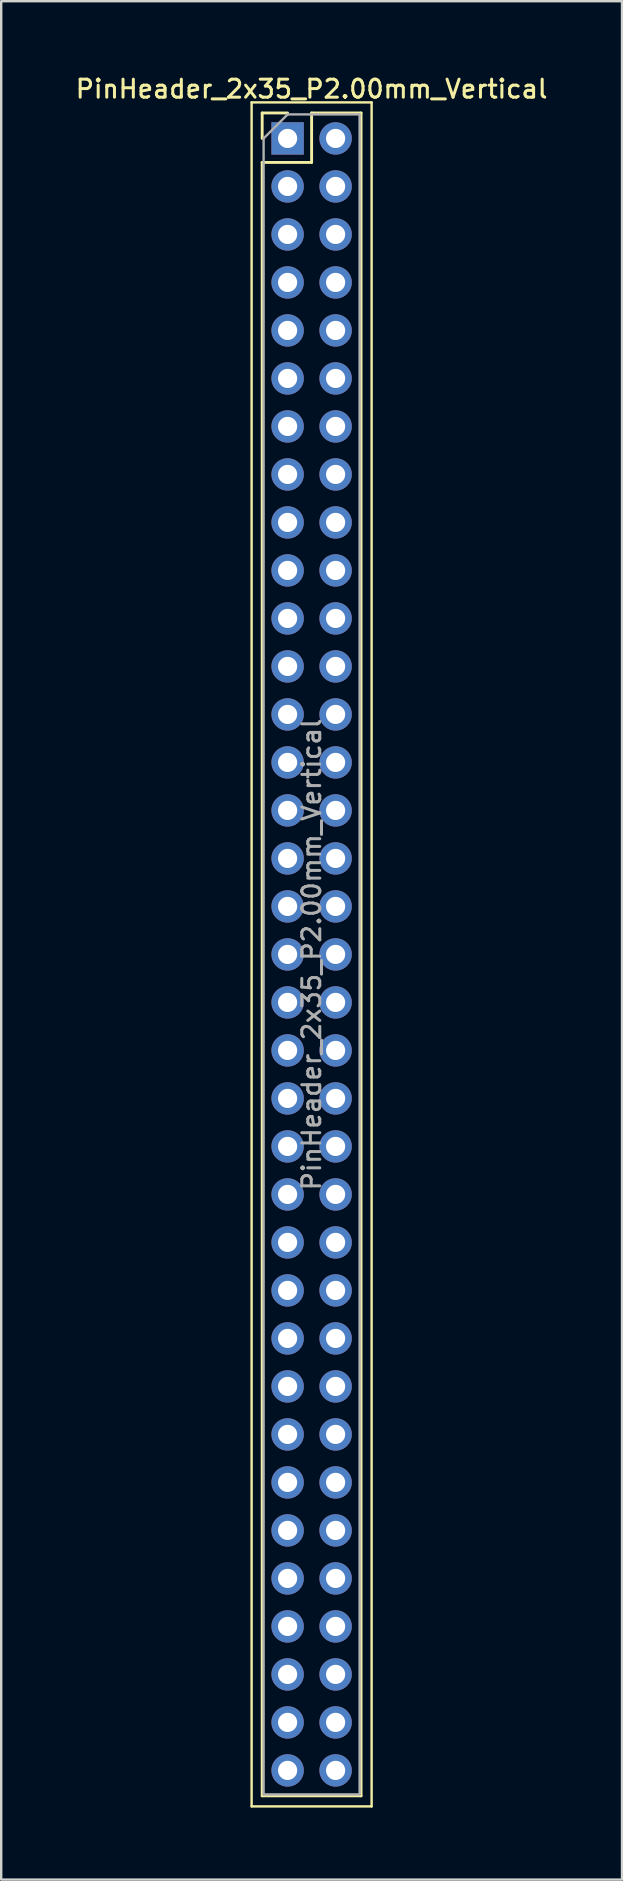
<source format=kicad_pcb>
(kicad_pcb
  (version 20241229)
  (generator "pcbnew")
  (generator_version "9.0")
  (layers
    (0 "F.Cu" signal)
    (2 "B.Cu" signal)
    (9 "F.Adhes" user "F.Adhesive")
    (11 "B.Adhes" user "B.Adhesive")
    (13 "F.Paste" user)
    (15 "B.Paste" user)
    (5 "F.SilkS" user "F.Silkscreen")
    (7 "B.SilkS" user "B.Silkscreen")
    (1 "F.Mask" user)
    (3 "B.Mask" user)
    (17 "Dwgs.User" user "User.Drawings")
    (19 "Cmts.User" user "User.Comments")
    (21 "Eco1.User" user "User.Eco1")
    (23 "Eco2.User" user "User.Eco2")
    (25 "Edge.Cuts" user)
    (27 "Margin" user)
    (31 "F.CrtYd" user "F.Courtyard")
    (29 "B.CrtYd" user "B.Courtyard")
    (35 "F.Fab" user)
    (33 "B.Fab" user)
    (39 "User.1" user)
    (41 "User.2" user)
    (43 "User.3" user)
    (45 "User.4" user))
  (footprint "PinHeader_2x35_P2.00mm_Vertical"
    (layer "F.Cu")
    (at 8.934 2.718)
    (property "Reference" "PinHeader_2x35_P2.00mm_Vertical" (at 1 -2.06 0) (layer "F.SilkS") (effects (font (size 0.75 0.75) (thickness 0.125))))
    (attr through_hole)
    (fp_line (start -1.5 -1.5) (end -1.5 69.5) (stroke (width 0.1) (type solid)) (layer "F.SilkS"))
    (fp_line (start -1.5 69.5) (end 3.5 69.5) (stroke (width 0.1) (type solid)) (layer "F.SilkS"))
    (fp_line (start -1.06 -1.06) (end 0 -1.06) (stroke (width 0.12) (type solid)) (layer "F.SilkS"))
    (fp_line (start -1.06 0) (end -1.06 -1.06) (stroke (width 0.12) (type solid)) (layer "F.SilkS"))
    (fp_line (start -1.06 1) (end -1.06 69.06) (stroke (width 0.12) (type solid)) (layer "F.SilkS"))
    (fp_line (start -1.06 1) (end 1 1) (stroke (width 0.12) (type solid)) (layer "F.SilkS"))
    (fp_line (start -1.06 69.06) (end 3.06 69.06) (stroke (width 0.12) (type solid)) (layer "F.SilkS"))
    (fp_line (start 1 -1.06) (end 3.06 -1.06) (stroke (width 0.12) (type solid)) (layer "F.SilkS"))
    (fp_line (start 1 1) (end 1 -1.06) (stroke (width 0.12) (type solid)) (layer "F.SilkS"))
    (fp_line (start 3.06 -1.06) (end 3.06 69.06) (stroke (width 0.12) (type solid)) (layer "F.SilkS"))
    (fp_line (start 3.5 -1.5) (end -1.5 -1.5) (stroke (width 0.1) (type solid)) (layer "F.SilkS"))
    (fp_line (start 3.5 69.5) (end 3.5 -1.5) (stroke (width 0.1) (type solid)) (layer "F.SilkS"))
    (fp_line (start -1 0) (end 0 -1) (stroke (width 0.1) (type solid)) (layer "F.Fab"))
    (fp_line (start -1 69) (end -1 0) (stroke (width 0.1) (type solid)) (layer "F.Fab"))
    (fp_line (start 0 -1) (end 3 -1) (stroke (width 0.1) (type solid)) (layer "F.Fab"))
    (fp_line (start 3 -1) (end 3 69) (stroke (width 0.1) (type solid)) (layer "F.Fab"))
    (fp_line (start 3 69) (end -1 69) (stroke (width 0.1) (type solid)) (layer "F.Fab"))
    (fp_text user "${REFERENCE}" (at 1 34 90) (layer "F.Fab") (effects (font (size 0.75 0.75) (thickness 0.125))))
    (pad "1" thru_hole rect (at 0 0) (size 1.35 1.35) (drill 0.8) (layers "*.Cu" "*.Mask"))
    (pad "2" thru_hole oval (at 2 0) (size 1.35 1.35) (drill 0.8) (layers "*.Cu" "*.Mask"))
    (pad "3" thru_hole oval (at 0 2) (size 1.35 1.35) (drill 0.8) (layers "*.Cu" "*.Mask"))
    (pad "4" thru_hole oval (at 2 2) (size 1.35 1.35) (drill 0.8) (layers "*.Cu" "*.Mask"))
    (pad "5" thru_hole oval (at 0 4) (size 1.35 1.35) (drill 0.8) (layers "*.Cu" "*.Mask"))
    (pad "6" thru_hole oval (at 2 4) (size 1.35 1.35) (drill 0.8) (layers "*.Cu" "*.Mask"))
    (pad "7" thru_hole oval (at 0 6) (size 1.35 1.35) (drill 0.8) (layers "*.Cu" "*.Mask"))
    (pad "8" thru_hole oval (at 2 6) (size 1.35 1.35) (drill 0.8) (layers "*.Cu" "*.Mask"))
    (pad "9" thru_hole oval (at 0 8) (size 1.35 1.35) (drill 0.8) (layers "*.Cu" "*.Mask"))
    (pad "10" thru_hole oval (at 2 8) (size 1.35 1.35) (drill 0.8) (layers "*.Cu" "*.Mask"))
    (pad "11" thru_hole oval (at 0 10) (size 1.35 1.35) (drill 0.8) (layers "*.Cu" "*.Mask"))
    (pad "12" thru_hole oval (at 2 10) (size 1.35 1.35) (drill 0.8) (layers "*.Cu" "*.Mask"))
    (pad "13" thru_hole oval (at 0 12) (size 1.35 1.35) (drill 0.8) (layers "*.Cu" "*.Mask"))
    (pad "14" thru_hole oval (at 2 12) (size 1.35 1.35) (drill 0.8) (layers "*.Cu" "*.Mask"))
    (pad "15" thru_hole oval (at 0 14) (size 1.35 1.35) (drill 0.8) (layers "*.Cu" "*.Mask"))
    (pad "16" thru_hole oval (at 2 14) (size 1.35 1.35) (drill 0.8) (layers "*.Cu" "*.Mask"))
    (pad "17" thru_hole oval (at 0 16) (size 1.35 1.35) (drill 0.8) (layers "*.Cu" "*.Mask"))
    (pad "18" thru_hole oval (at 2 16) (size 1.35 1.35) (drill 0.8) (layers "*.Cu" "*.Mask"))
    (pad "19" thru_hole oval (at 0 18) (size 1.35 1.35) (drill 0.8) (layers "*.Cu" "*.Mask"))
    (pad "20" thru_hole oval (at 2 18) (size 1.35 1.35) (drill 0.8) (layers "*.Cu" "*.Mask"))
    (pad "21" thru_hole oval (at 0 20) (size 1.35 1.35) (drill 0.8) (layers "*.Cu" "*.Mask"))
    (pad "22" thru_hole oval (at 2 20) (size 1.35 1.35) (drill 0.8) (layers "*.Cu" "*.Mask"))
    (pad "23" thru_hole oval (at 0 22) (size 1.35 1.35) (drill 0.8) (layers "*.Cu" "*.Mask"))
    (pad "24" thru_hole oval (at 2 22) (size 1.35 1.35) (drill 0.8) (layers "*.Cu" "*.Mask"))
    (pad "25" thru_hole oval (at 0 24) (size 1.35 1.35) (drill 0.8) (layers "*.Cu" "*.Mask"))
    (pad "26" thru_hole oval (at 2 24) (size 1.35 1.35) (drill 0.8) (layers "*.Cu" "*.Mask"))
    (pad "27" thru_hole oval (at 0 26) (size 1.35 1.35) (drill 0.8) (layers "*.Cu" "*.Mask"))
    (pad "28" thru_hole oval (at 2 26) (size 1.35 1.35) (drill 0.8) (layers "*.Cu" "*.Mask"))
    (pad "29" thru_hole oval (at 0 28) (size 1.35 1.35) (drill 0.8) (layers "*.Cu" "*.Mask"))
    (pad "30" thru_hole oval (at 2 28) (size 1.35 1.35) (drill 0.8) (layers "*.Cu" "*.Mask"))
    (pad "31" thru_hole oval (at 0 30) (size 1.35 1.35) (drill 0.8) (layers "*.Cu" "*.Mask"))
    (pad "32" thru_hole oval (at 2 30) (size 1.35 1.35) (drill 0.8) (layers "*.Cu" "*.Mask"))
    (pad "33" thru_hole oval (at 0 32) (size 1.35 1.35) (drill 0.8) (layers "*.Cu" "*.Mask"))
    (pad "34" thru_hole oval (at 2 32) (size 1.35 1.35) (drill 0.8) (layers "*.Cu" "*.Mask"))
    (pad "35" thru_hole oval (at 0 34) (size 1.35 1.35) (drill 0.8) (layers "*.Cu" "*.Mask"))
    (pad "36" thru_hole oval (at 2 34) (size 1.35 1.35) (drill 0.8) (layers "*.Cu" "*.Mask"))
    (pad "37" thru_hole oval (at 0 36) (size 1.35 1.35) (drill 0.8) (layers "*.Cu" "*.Mask"))
    (pad "38" thru_hole oval (at 2 36) (size 1.35 1.35) (drill 0.8) (layers "*.Cu" "*.Mask"))
    (pad "39" thru_hole oval (at 0 38) (size 1.35 1.35) (drill 0.8) (layers "*.Cu" "*.Mask"))
    (pad "40" thru_hole oval (at 2 38) (size 1.35 1.35) (drill 0.8) (layers "*.Cu" "*.Mask"))
    (pad "41" thru_hole oval (at 0 40) (size 1.35 1.35) (drill 0.8) (layers "*.Cu" "*.Mask"))
    (pad "42" thru_hole oval (at 2 40) (size 1.35 1.35) (drill 0.8) (layers "*.Cu" "*.Mask"))
    (pad "43" thru_hole oval (at 0 42) (size 1.35 1.35) (drill 0.8) (layers "*.Cu" "*.Mask"))
    (pad "44" thru_hole oval (at 2 42) (size 1.35 1.35) (drill 0.8) (layers "*.Cu" "*.Mask"))
    (pad "45" thru_hole oval (at 0 44) (size 1.35 1.35) (drill 0.8) (layers "*.Cu" "*.Mask"))
    (pad "46" thru_hole oval (at 2 44) (size 1.35 1.35) (drill 0.8) (layers "*.Cu" "*.Mask"))
    (pad "47" thru_hole oval (at 0 46) (size 1.35 1.35) (drill 0.8) (layers "*.Cu" "*.Mask"))
    (pad "48" thru_hole oval (at 2 46) (size 1.35 1.35) (drill 0.8) (layers "*.Cu" "*.Mask"))
    (pad "49" thru_hole oval (at 0 48) (size 1.35 1.35) (drill 0.8) (layers "*.Cu" "*.Mask"))
    (pad "50" thru_hole oval (at 2 48) (size 1.35 1.35) (drill 0.8) (layers "*.Cu" "*.Mask"))
    (pad "51" thru_hole oval (at 0 50) (size 1.35 1.35) (drill 0.8) (layers "*.Cu" "*.Mask"))
    (pad "52" thru_hole oval (at 2 50) (size 1.35 1.35) (drill 0.8) (layers "*.Cu" "*.Mask"))
    (pad "53" thru_hole oval (at 0 52) (size 1.35 1.35) (drill 0.8) (layers "*.Cu" "*.Mask"))
    (pad "54" thru_hole oval (at 2 52) (size 1.35 1.35) (drill 0.8) (layers "*.Cu" "*.Mask"))
    (pad "55" thru_hole oval (at 0 54) (size 1.35 1.35) (drill 0.8) (layers "*.Cu" "*.Mask"))
    (pad "56" thru_hole oval (at 2 54) (size 1.35 1.35) (drill 0.8) (layers "*.Cu" "*.Mask"))
    (pad "57" thru_hole oval (at 0 56) (size 1.35 1.35) (drill 0.8) (layers "*.Cu" "*.Mask"))
    (pad "58" thru_hole oval (at 2 56) (size 1.35 1.35) (drill 0.8) (layers "*.Cu" "*.Mask"))
    (pad "59" thru_hole oval (at 0 58) (size 1.35 1.35) (drill 0.8) (layers "*.Cu" "*.Mask"))
    (pad "60" thru_hole oval (at 2 58) (size 1.35 1.35) (drill 0.8) (layers "*.Cu" "*.Mask"))
    (pad "61" thru_hole oval (at 0 60) (size 1.35 1.35) (drill 0.8) (layers "*.Cu" "*.Mask"))
    (pad "62" thru_hole oval (at 2 60) (size 1.35 1.35) (drill 0.8) (layers "*.Cu" "*.Mask"))
    (pad "63" thru_hole oval (at 0 62) (size 1.35 1.35) (drill 0.8) (layers "*.Cu" "*.Mask"))
    (pad "64" thru_hole oval (at 2 62) (size 1.35 1.35) (drill 0.8) (layers "*.Cu" "*.Mask"))
    (pad "65" thru_hole oval (at 0 64) (size 1.35 1.35) (drill 0.8) (layers "*.Cu" "*.Mask"))
    (pad "66" thru_hole oval (at 2 64) (size 1.35 1.35) (drill 0.8) (layers "*.Cu" "*.Mask"))
    (pad "67" thru_hole oval (at 0 66) (size 1.35 1.35) (drill 0.8) (layers "*.Cu" "*.Mask"))
    (pad "68" thru_hole oval (at 2 66) (size 1.35 1.35) (drill 0.8) (layers "*.Cu" "*.Mask"))
    (pad "69" thru_hole oval (at 0 68) (size 1.35 1.35) (drill 0.8) (layers "*.Cu" "*.Mask"))
    (pad "70" thru_hole oval (at 2 68) (size 1.35 1.35) (drill 0.8) (layers "*.Cu" "*.Mask")))
  (gr_rect
    (start -3 -3)
    (end 22.868 75.268)
    (stroke (width 0.1) (type default))
    (fill no)
    (layer "Edge.Cuts")))
</source>
